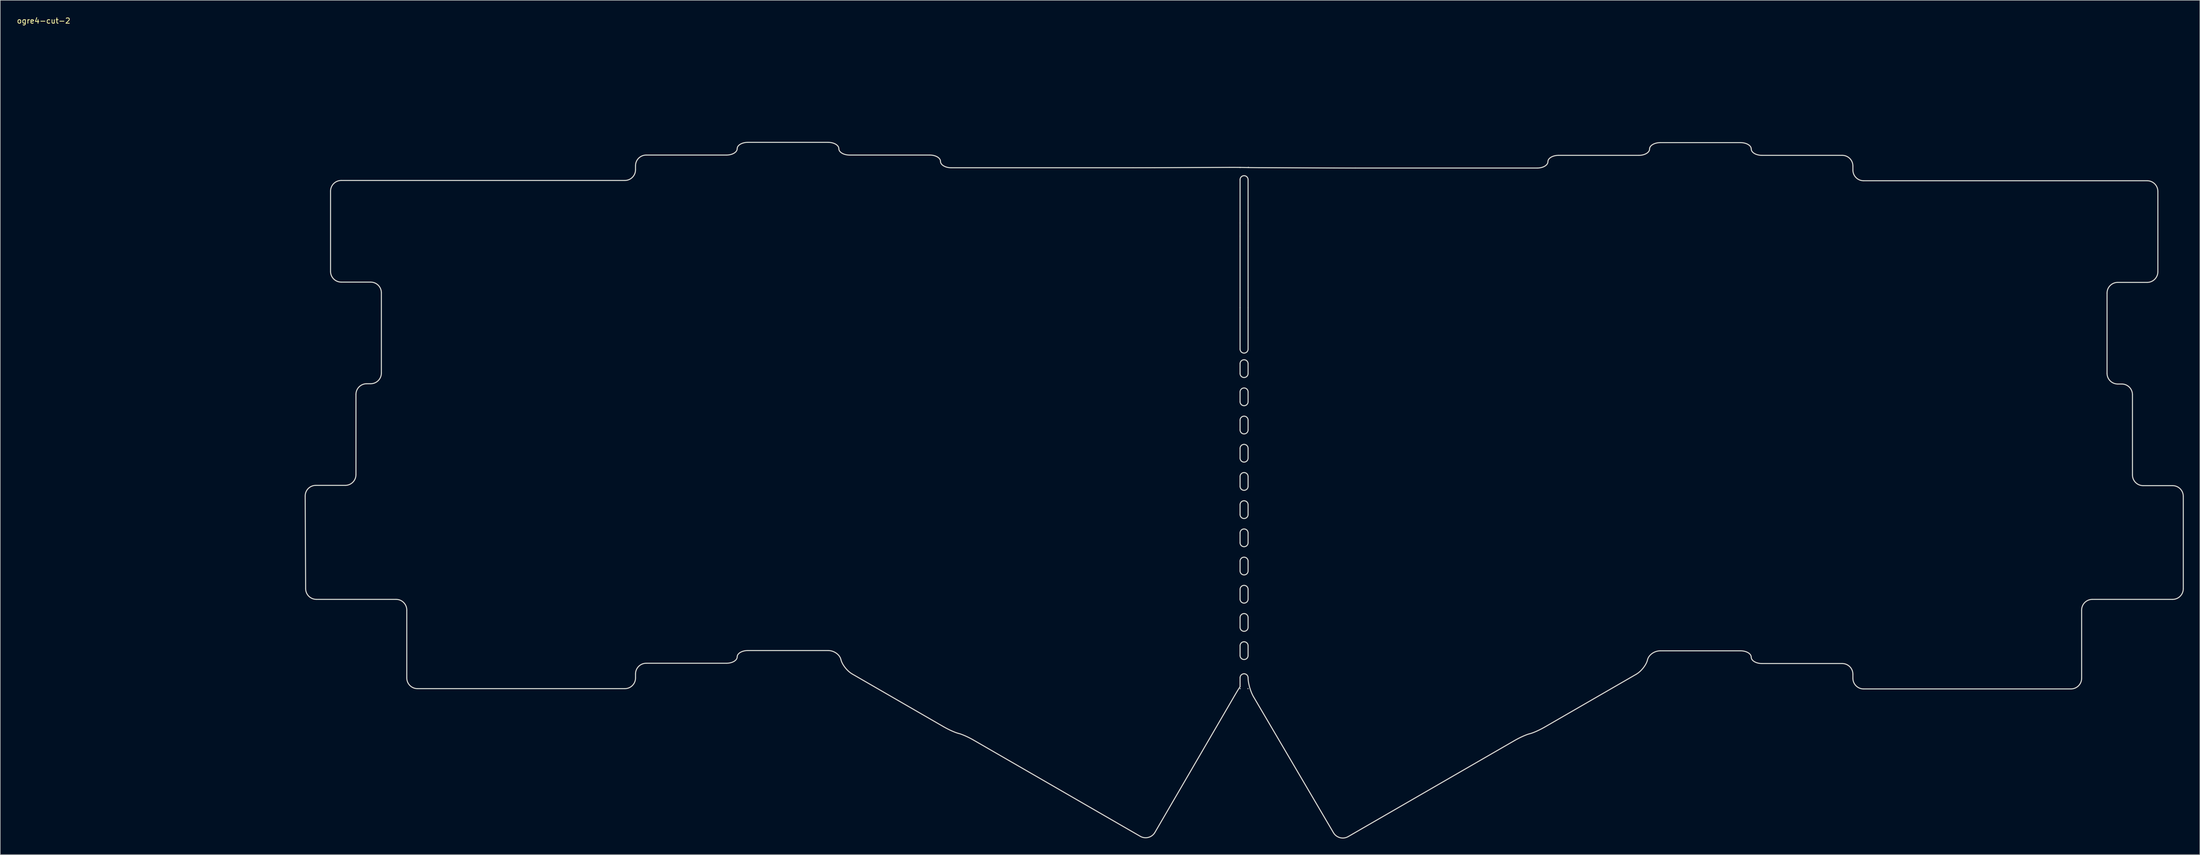
<source format=kicad_pcb>
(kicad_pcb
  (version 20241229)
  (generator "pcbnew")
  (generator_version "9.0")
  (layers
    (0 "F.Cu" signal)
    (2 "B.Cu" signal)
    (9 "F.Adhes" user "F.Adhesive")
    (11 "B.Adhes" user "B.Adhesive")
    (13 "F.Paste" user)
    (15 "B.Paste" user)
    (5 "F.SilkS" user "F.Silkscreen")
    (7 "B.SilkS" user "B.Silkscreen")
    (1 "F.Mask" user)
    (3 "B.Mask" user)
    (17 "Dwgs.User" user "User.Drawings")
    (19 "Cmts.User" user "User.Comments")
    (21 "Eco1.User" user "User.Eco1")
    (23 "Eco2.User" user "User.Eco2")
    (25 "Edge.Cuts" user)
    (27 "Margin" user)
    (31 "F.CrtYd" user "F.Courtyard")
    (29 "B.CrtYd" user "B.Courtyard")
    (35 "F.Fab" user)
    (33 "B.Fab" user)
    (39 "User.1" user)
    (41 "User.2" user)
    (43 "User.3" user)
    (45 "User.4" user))
  (footprint "ogre4-cut-2"
    (layer "F.Cu")
    (at 5.125 0.348)
    (property "Reference" "ogre4-cut-2" (at 0 0.5 0) (layer "F.SilkS") (effects (font (size 1 1) (thickness 0.15))))
    (attr through_hole)
    (fp_line (start 224.208 27.967) (end 224.208 27.967) (stroke (width 0.2) (type solid)) (layer "Edge.Cuts"))
    (fp_line (start 224.208 28.013) (end 224.208 28.013) (stroke (width 0.2) (type solid)) (layer "Edge.Cuts"))
    (fp_line (start 224.208 28.013) (end 224.208 28.013) (stroke (width 0.2) (type solid)) (layer "Edge.Cuts"))
    (fp_line (start 224.208 30.282) (end 224.208 30.282) (stroke (width 0.2) (type solid)) (layer "Edge.Cuts"))
    (fp_line (start 224.208 38.396) (end 224.208 30.282) (stroke (width 0.2) (type solid)) (layer "Edge.Cuts"))
    (fp_line (start 224.208 40.866) (end 224.208 40.866) (stroke (width 0.2) (type solid)) (layer "Edge.Cuts"))
    (fp_line (start 224.208 54.271) (end 224.208 38.396) (stroke (width 0.2) (type solid)) (layer "Edge.Cuts"))
    (fp_line (start 224.208 54.271) (end 224.208 54.271) (stroke (width 0.2) (type solid)) (layer "Edge.Cuts"))
    (fp_line (start 224.208 54.271) (end 224.208 54.271) (stroke (width 0.2) (type solid)) (layer "Edge.Cuts"))
    (fp_line (start 224.241 125.674) (end 224.241 125.674) (stroke (width 0.2) (type solid)) (layer "Edge.Cuts"))
    (fp_line (start 225.693 125.674) (end 225.693 125.674) (stroke (width 0.2) (type solid)) (layer "Edge.Cuts"))
    (fp_line (start 225.758 27.96) (end 225.758 27.96) (stroke (width 0.2) (type solid)) (layer "Edge.Cuts"))
    (fp_line (start 225.758 27.96) (end 225.758 27.96) (stroke (width 0.2) (type solid)) (layer "Edge.Cuts"))
    (fp_line (start 225.758 28.02) (end 225.758 28.02) (stroke (width 0.2) (type solid)) (layer "Edge.Cuts"))
    (fp_curve (pts (xy 49.014 89.576) (xy 49.014 89.576) (xy 49.101 106.945) (xy 49.101 106.945)) (stroke (width 0.2) (type solid)) (layer "Edge.Cuts"))
    (fp_curve (pts (xy 49.101 106.945) (xy 49.106 108.045) (xy 50.011 108.945) (xy 51.111 108.945)) (stroke (width 0.2) (type solid)) (layer "Edge.Cuts"))
    (fp_curve (pts (xy 51.004 87.576) (xy 49.904 87.576) (xy 49.009 88.476) (xy 49.014 89.576)) (stroke (width 0.2) (type solid)) (layer "Edge.Cuts"))
    (fp_curve (pts (xy 51.111 108.945) (xy 51.111 108.945) (xy 66.054 108.945) (xy 66.054 108.945)) (stroke (width 0.2) (type solid)) (layer "Edge.Cuts"))
    (fp_curve (pts (xy 53.767 32.426) (xy 53.767 32.426) (xy 53.767 47.478) (xy 53.767 47.478)) (stroke (width 0.2) (type solid)) (layer "Edge.Cuts"))
    (fp_curve (pts (xy 53.767 47.478) (xy 53.767 48.578) (xy 54.667 49.478) (xy 55.767 49.478)) (stroke (width 0.2) (type solid)) (layer "Edge.Cuts"))
    (fp_curve (pts (xy 55.767 30.426) (xy 54.667 30.426) (xy 53.767 31.326) (xy 53.767 32.426)) (stroke (width 0.2) (type solid)) (layer "Edge.Cuts"))
    (fp_curve (pts (xy 55.767 49.478) (xy 55.767 49.478) (xy 61.292 49.478) (xy 61.292 49.478)) (stroke (width 0.2) (type solid)) (layer "Edge.Cuts"))
    (fp_curve (pts (xy 56.529 87.576) (xy 56.529 87.576) (xy 51.004 87.576) (xy 51.004 87.576)) (stroke (width 0.2) (type solid)) (layer "Edge.Cuts"))
    (fp_curve (pts (xy 58.529 70.526) (xy 58.529 70.526) (xy 58.529 85.576) (xy 58.529 85.576)) (stroke (width 0.2) (type solid)) (layer "Edge.Cuts"))
    (fp_curve (pts (xy 58.529 85.576) (xy 58.529 86.676) (xy 57.629 87.576) (xy 56.529 87.576)) (stroke (width 0.2) (type solid)) (layer "Edge.Cuts"))
    (fp_curve (pts (xy 60.529 68.526) (xy 59.429 68.526) (xy 58.529 69.426) (xy 58.529 70.526)) (stroke (width 0.2) (type solid)) (layer "Edge.Cuts"))
    (fp_curve (pts (xy 61.292 49.478) (xy 62.392 49.478) (xy 63.292 50.378) (xy 63.292 51.478)) (stroke (width 0.2) (type solid)) (layer "Edge.Cuts"))
    (fp_curve (pts (xy 61.292 68.526) (xy 61.292 68.526) (xy 60.529 68.526) (xy 60.529 68.526)) (stroke (width 0.2) (type solid)) (layer "Edge.Cuts"))
    (fp_curve (pts (xy 63.292 51.478) (xy 63.292 51.478) (xy 63.292 66.526) (xy 63.292 66.526)) (stroke (width 0.2) (type solid)) (layer "Edge.Cuts"))
    (fp_curve (pts (xy 63.292 66.526) (xy 63.292 67.626) (xy 62.392 68.526) (xy 61.292 68.526)) (stroke (width 0.2) (type solid)) (layer "Edge.Cuts"))
    (fp_curve (pts (xy 66.054 108.945) (xy 67.154 108.945) (xy 68.054 109.845) (xy 68.054 110.945)) (stroke (width 0.2) (type solid)) (layer "Edge.Cuts"))
    (fp_curve (pts (xy 68.054 110.945) (xy 68.054 110.945) (xy 68.054 123.678) (xy 68.054 123.678)) (stroke (width 0.2) (type solid)) (layer "Edge.Cuts"))
    (fp_curve (pts (xy 68.054 123.678) (xy 68.054 124.778) (xy 68.954 125.678) (xy 70.054 125.678)) (stroke (width 0.2) (type solid)) (layer "Edge.Cuts"))
    (fp_curve (pts (xy 70.054 125.678) (xy 70.054 125.678) (xy 108.919 125.678) (xy 108.919 125.678)) (stroke (width 0.2) (type solid)) (layer "Edge.Cuts"))
    (fp_curve (pts (xy 108.917 30.426) (xy 108.917 30.426) (xy 55.767 30.426) (xy 55.767 30.426)) (stroke (width 0.2) (type solid)) (layer "Edge.Cuts"))
    (fp_curve (pts (xy 108.919 125.678) (xy 110.019 125.678) (xy 110.919 124.778) (xy 110.919 123.678)) (stroke (width 0.2) (type solid)) (layer "Edge.Cuts"))
    (fp_curve (pts (xy 110.917 27.664) (xy 110.917 27.664) (xy 110.917 28.426) (xy 110.917 28.426)) (stroke (width 0.2) (type solid)) (layer "Edge.Cuts"))
    (fp_curve (pts (xy 110.917 28.426) (xy 110.917 29.526) (xy 110.017 30.426) (xy 108.917 30.426)) (stroke (width 0.2) (type solid)) (layer "Edge.Cuts"))
    (fp_curve (pts (xy 110.919 122.916) (xy 110.919 121.816) (xy 111.819 120.916) (xy 112.919 120.916)) (stroke (width 0.2) (type solid)) (layer "Edge.Cuts"))
    (fp_curve (pts (xy 110.919 123.678) (xy 110.919 123.678) (xy 110.919 122.916) (xy 110.919 122.916)) (stroke (width 0.2) (type solid)) (layer "Edge.Cuts"))
    (fp_curve (pts (xy 112.917 25.664) (xy 111.817 25.664) (xy 110.917 26.564) (xy 110.917 27.664)) (stroke (width 0.2) (type solid)) (layer "Edge.Cuts"))
    (fp_curve (pts (xy 112.919 120.916) (xy 112.919 120.916) (xy 127.969 120.916) (xy 127.969 120.916)) (stroke (width 0.2) (type solid)) (layer "Edge.Cuts"))
    (fp_curve (pts (xy 127.967 25.664) (xy 127.967 25.664) (xy 112.917 25.664) (xy 112.917 25.664)) (stroke (width 0.2) (type solid)) (layer "Edge.Cuts"))
    (fp_curve (pts (xy 127.969 120.916) (xy 129.069 120.916) (xy 129.969 120.38) (xy 129.969 119.725)) (stroke (width 0.2) (type solid)) (layer "Edge.Cuts"))
    (fp_curve (pts (xy 129.967 24.473) (xy 129.967 25.128) (xy 129.067 25.664) (xy 127.967 25.664)) (stroke (width 0.2) (type solid)) (layer "Edge.Cuts"))
    (fp_curve (pts (xy 129.969 119.725) (xy 129.969 119.07) (xy 130.869 118.534) (xy 131.969 118.534)) (stroke (width 0.2) (type solid)) (layer "Edge.Cuts"))
    (fp_curve (pts (xy 131.967 23.282) (xy 130.867 23.282) (xy 129.967 23.818) (xy 129.967 24.473)) (stroke (width 0.2) (type solid)) (layer "Edge.Cuts"))
    (fp_curve (pts (xy 131.969 118.534) (xy 131.969 118.534) (xy 147.019 118.534) (xy 147.019 118.534)) (stroke (width 0.2) (type solid)) (layer "Edge.Cuts"))
    (fp_curve (pts (xy 147.019 23.282) (xy 147.019 23.282) (xy 131.967 23.282) (xy 131.967 23.282)) (stroke (width 0.2) (type solid)) (layer "Edge.Cuts"))
    (fp_curve (pts (xy 147.019 118.534) (xy 148.119 118.534) (xy 149.195 119.299) (xy 149.411 120.235)) (stroke (width 0.2) (type solid)) (layer "Edge.Cuts"))
    (fp_curve (pts (xy 149.019 24.473) (xy 149.019 23.818) (xy 148.119 23.282) (xy 147.019 23.282)) (stroke (width 0.2) (type solid)) (layer "Edge.Cuts"))
    (fp_curve (pts (xy 149.411 120.235) (xy 149.626 121.17) (xy 150.582 122.385) (xy 151.534 122.935)) (stroke (width 0.2) (type solid)) (layer "Edge.Cuts"))
    (fp_curve (pts (xy 151.019 25.664) (xy 149.919 25.664) (xy 149.019 25.128) (xy 149.019 24.473)) (stroke (width 0.2) (type solid)) (layer "Edge.Cuts"))
    (fp_curve (pts (xy 151.534 122.935) (xy 151.534 122.935) (xy 168.694 132.842) (xy 168.694 132.842)) (stroke (width 0.2) (type solid)) (layer "Edge.Cuts"))
    (fp_curve (pts (xy 166.069 25.664) (xy 166.069 25.664) (xy 151.019 25.664) (xy 151.019 25.664)) (stroke (width 0.2) (type solid)) (layer "Edge.Cuts"))
    (fp_curve (pts (xy 168.069 26.855) (xy 168.069 26.2) (xy 167.169 25.664) (xy 166.069 25.664)) (stroke (width 0.2) (type solid)) (layer "Edge.Cuts"))
    (fp_curve (pts (xy 168.694 132.842) (xy 169.647 133.392) (xy 170.895 133.947) (xy 171.468 134.075)) (stroke (width 0.2) (type solid)) (layer "Edge.Cuts"))
    (fp_curve (pts (xy 170.069 28.045) (xy 168.969 28.045) (xy 168.069 27.509) (xy 168.069 26.855)) (stroke (width 0.2) (type solid)) (layer "Edge.Cuts"))
    (fp_curve (pts (xy 171.468 134.075) (xy 172.041 134.203) (xy 173.29 134.758) (xy 174.242 135.308)) (stroke (width 0.2) (type solid)) (layer "Edge.Cuts"))
    (fp_curve (pts (xy 174.242 135.308) (xy 174.242 135.308) (xy 205.507 153.359) (xy 205.507 153.359)) (stroke (width 0.2) (type solid)) (layer "Edge.Cuts"))
    (fp_curve (pts (xy 204.169 28.045) (xy 204.169 28.045) (xy 170.069 28.045) (xy 170.069 28.045)) (stroke (width 0.2) (type solid)) (layer "Edge.Cuts"))
    (fp_curve (pts (xy 205.507 153.359) (xy 206.46 153.909) (xy 207.692 153.581) (xy 208.246 152.631)) (stroke (width 0.2) (type solid)) (layer "Edge.Cuts"))
    (fp_curve (pts (xy 208.169 28.037) (xy 207.069 28.041) (xy 205.269 28.045) (xy 204.169 28.045)) (stroke (width 0.2) (type solid)) (layer "Edge.Cuts"))
    (fp_curve (pts (xy 208.246 152.631) (xy 208.246 152.631) (xy 223.201 126.954) (xy 223.201 126.954)) (stroke (width 0.2) (type solid)) (layer "Edge.Cuts"))
    (fp_curve (pts (xy 222.208 27.976) (xy 222.208 27.976) (xy 208.169 28.037) (xy 208.169 28.037)) (stroke (width 0.2) (type solid)) (layer "Edge.Cuts"))
    (fp_curve (pts (xy 223.201 126.954) (xy 223.755 126.003) (xy 224.208 125.279) (xy 224.208 125.344)) (stroke (width 0.2) (type solid)) (layer "Edge.Cuts"))
    (fp_curve (pts (xy 224.208 54.271) (xy 224.208 54.271) (xy 224.208 62.032) (xy 224.208 62.032)) (stroke (width 0.2) (type solid)) (layer "Edge.Cuts"))
    (fp_curve (pts (xy 224.208 62.032) (xy 224.208 62.447) (xy 224.543 62.782) (xy 224.958 62.782)) (stroke (width 0.2) (type solid)) (layer "Edge.Cuts"))
    (fp_curve (pts (xy 224.208 64.784) (xy 224.208 64.37) (xy 224.543 64.034) (xy 224.958 64.034)) (stroke (width 0.2) (type solid)) (layer "Edge.Cuts"))
    (fp_curve (pts (xy 224.208 66.608) (xy 224.208 66.608) (xy 224.208 64.784) (xy 224.208 64.784)) (stroke (width 0.2) (type solid)) (layer "Edge.Cuts"))
    (fp_curve (pts (xy 224.208 70.07) (xy 224.208 69.656) (xy 224.543 69.32) (xy 224.958 69.32)) (stroke (width 0.2) (type solid)) (layer "Edge.Cuts"))
    (fp_curve (pts (xy 224.208 71.894) (xy 224.208 71.894) (xy 224.208 70.07) (xy 224.208 70.07)) (stroke (width 0.2) (type solid)) (layer "Edge.Cuts"))
    (fp_curve (pts (xy 224.208 75.356) (xy 224.208 74.941) (xy 224.543 74.606) (xy 224.958 74.606)) (stroke (width 0.2) (type solid)) (layer "Edge.Cuts"))
    (fp_curve (pts (xy 224.208 77.18) (xy 224.208 77.18) (xy 224.208 75.356) (xy 224.208 75.356)) (stroke (width 0.2) (type solid)) (layer "Edge.Cuts"))
    (fp_curve (pts (xy 224.208 80.641) (xy 224.208 80.227) (xy 224.543 79.891) (xy 224.958 79.891)) (stroke (width 0.2) (type solid)) (layer "Edge.Cuts"))
    (fp_curve (pts (xy 224.208 82.465) (xy 224.208 82.465) (xy 224.208 80.641) (xy 224.208 80.641)) (stroke (width 0.2) (type solid)) (layer "Edge.Cuts"))
    (fp_curve (pts (xy 224.208 85.927) (xy 224.208 85.513) (xy 224.543 85.177) (xy 224.958 85.177)) (stroke (width 0.2) (type solid)) (layer "Edge.Cuts"))
    (fp_curve (pts (xy 224.208 87.751) (xy 224.208 87.751) (xy 224.208 85.927) (xy 224.208 85.927)) (stroke (width 0.2) (type solid)) (layer "Edge.Cuts"))
    (fp_curve (pts (xy 224.208 91.213) (xy 224.208 90.799) (xy 224.543 90.463) (xy 224.958 90.463)) (stroke (width 0.2) (type solid)) (layer "Edge.Cuts"))
    (fp_curve (pts (xy 224.208 93.037) (xy 224.208 93.037) (xy 224.208 91.213) (xy 224.208 91.213)) (stroke (width 0.2) (type solid)) (layer "Edge.Cuts"))
    (fp_curve (pts (xy 224.208 96.499) (xy 224.208 96.084) (xy 224.543 95.749) (xy 224.958 95.749)) (stroke (width 0.2) (type solid)) (layer "Edge.Cuts"))
    (fp_curve (pts (xy 224.208 98.323) (xy 224.208 98.323) (xy 224.208 96.499) (xy 224.208 96.499)) (stroke (width 0.2) (type solid)) (layer "Edge.Cuts"))
    (fp_curve (pts (xy 224.208 101.784) (xy 224.208 101.37) (xy 224.543 101.034) (xy 224.958 101.034)) (stroke (width 0.2) (type solid)) (layer "Edge.Cuts"))
    (fp_curve (pts (xy 224.208 103.608) (xy 224.208 103.608) (xy 224.208 101.784) (xy 224.208 101.784)) (stroke (width 0.2) (type solid)) (layer "Edge.Cuts"))
    (fp_curve (pts (xy 224.208 107.07) (xy 224.208 106.656) (xy 224.543 106.32) (xy 224.958 106.32)) (stroke (width 0.2) (type solid)) (layer "Edge.Cuts"))
    (fp_curve (pts (xy 224.208 108.894) (xy 224.208 108.894) (xy 224.208 107.07) (xy 224.208 107.07)) (stroke (width 0.2) (type solid)) (layer "Edge.Cuts"))
    (fp_curve (pts (xy 224.208 112.356) (xy 224.208 111.942) (xy 224.543 111.606) (xy 224.958 111.606)) (stroke (width 0.2) (type solid)) (layer "Edge.Cuts"))
    (fp_curve (pts (xy 224.208 114.18) (xy 224.208 114.18) (xy 224.208 112.356) (xy 224.208 112.356)) (stroke (width 0.2) (type solid)) (layer "Edge.Cuts"))
    (fp_curve (pts (xy 224.208 117.642) (xy 224.208 117.228) (xy 224.543 116.892) (xy 224.958 116.892)) (stroke (width 0.2) (type solid)) (layer "Edge.Cuts"))
    (fp_curve (pts (xy 224.208 119.466) (xy 224.208 119.466) (xy 224.208 117.642) (xy 224.208 117.642)) (stroke (width 0.2) (type solid)) (layer "Edge.Cuts"))
    (fp_curve (pts (xy 224.208 123.639) (xy 224.208 123.639) (xy 224.208 123.639) (xy 224.208 123.639)) (stroke (width 0.2) (type solid)) (layer "Edge.Cuts"))
    (fp_curve (pts (xy 224.208 123.639) (xy 224.208 123.225) (xy 224.543 122.889) (xy 224.958 122.889)) (stroke (width 0.2) (type solid)) (layer "Edge.Cuts"))
    (fp_curve (pts (xy 224.208 125.344) (xy 224.208 125.409) (xy 224.208 124.642) (xy 224.208 123.639)) (stroke (width 0.2) (type solid)) (layer "Edge.Cuts"))
    (fp_curve (pts (xy 224.958 29.532) (xy 224.543 29.532) (xy 224.208 29.868) (xy 224.208 30.282)) (stroke (width 0.2) (type solid)) (layer "Edge.Cuts"))
    (fp_curve (pts (xy 224.958 62.782) (xy 225.372 62.782) (xy 225.708 62.447) (xy 225.708 62.032)) (stroke (width 0.2) (type solid)) (layer "Edge.Cuts"))
    (fp_curve (pts (xy 224.958 64.034) (xy 225.372 64.034) (xy 225.708 64.37) (xy 225.708 64.784)) (stroke (width 0.2) (type solid)) (layer "Edge.Cuts"))
    (fp_curve (pts (xy 224.958 67.358) (xy 224.543 67.358) (xy 224.208 67.022) (xy 224.208 66.608)) (stroke (width 0.2) (type solid)) (layer "Edge.Cuts"))
    (fp_curve (pts (xy 224.958 69.32) (xy 225.372 69.32) (xy 225.708 69.656) (xy 225.708 70.07)) (stroke (width 0.2) (type solid)) (layer "Edge.Cuts"))
    (fp_curve (pts (xy 224.958 72.644) (xy 224.543 72.644) (xy 224.208 72.308) (xy 224.208 71.894)) (stroke (width 0.2) (type solid)) (layer "Edge.Cuts"))
    (fp_curve (pts (xy 224.958 74.606) (xy 225.372 74.606) (xy 225.708 74.941) (xy 225.708 75.356)) (stroke (width 0.2) (type solid)) (layer "Edge.Cuts"))
    (fp_curve (pts (xy 224.958 77.93) (xy 224.543 77.93) (xy 224.208 77.594) (xy 224.208 77.18)) (stroke (width 0.2) (type solid)) (layer "Edge.Cuts"))
    (fp_curve (pts (xy 224.958 79.891) (xy 225.372 79.891) (xy 225.708 80.227) (xy 225.708 80.641)) (stroke (width 0.2) (type solid)) (layer "Edge.Cuts"))
    (fp_curve (pts (xy 224.958 83.215) (xy 224.543 83.215) (xy 224.208 82.88) (xy 224.208 82.465)) (stroke (width 0.2) (type solid)) (layer "Edge.Cuts"))
    (fp_curve (pts (xy 224.958 85.177) (xy 225.372 85.177) (xy 225.708 85.513) (xy 225.708 85.927)) (stroke (width 0.2) (type solid)) (layer "Edge.Cuts"))
    (fp_curve (pts (xy 224.958 88.501) (xy 224.543 88.501) (xy 224.208 88.165) (xy 224.208 87.751)) (stroke (width 0.2) (type solid)) (layer "Edge.Cuts"))
    (fp_curve (pts (xy 224.958 90.463) (xy 225.372 90.463) (xy 225.708 90.799) (xy 225.708 91.213)) (stroke (width 0.2) (type solid)) (layer "Edge.Cuts"))
    (fp_curve (pts (xy 224.958 93.787) (xy 224.543 93.787) (xy 224.208 93.451) (xy 224.208 93.037)) (stroke (width 0.2) (type solid)) (layer "Edge.Cuts"))
    (fp_curve (pts (xy 224.958 95.749) (xy 225.372 95.749) (xy 225.708 96.084) (xy 225.708 96.499)) (stroke (width 0.2) (type solid)) (layer "Edge.Cuts"))
    (fp_curve (pts (xy 224.958 99.073) (xy 224.543 99.073) (xy 224.208 98.737) (xy 224.208 98.323)) (stroke (width 0.2) (type solid)) (layer "Edge.Cuts"))
    (fp_curve (pts (xy 224.958 101.034) (xy 225.372 101.034) (xy 225.708 101.37) (xy 225.708 101.784)) (stroke (width 0.2) (type solid)) (layer "Edge.Cuts"))
    (fp_curve (pts (xy 224.958 104.358) (xy 224.543 104.358) (xy 224.208 104.023) (xy 224.208 103.608)) (stroke (width 0.2) (type solid)) (layer "Edge.Cuts"))
    (fp_curve (pts (xy 224.958 106.32) (xy 225.372 106.32) (xy 225.708 106.656) (xy 225.708 107.07)) (stroke (width 0.2) (type solid)) (layer "Edge.Cuts"))
    (fp_curve (pts (xy 224.958 109.644) (xy 224.543 109.644) (xy 224.208 109.308) (xy 224.208 108.894)) (stroke (width 0.2) (type solid)) (layer "Edge.Cuts"))
    (fp_curve (pts (xy 224.958 111.606) (xy 225.372 111.606) (xy 225.708 111.942) (xy 225.708 112.356)) (stroke (width 0.2) (type solid)) (layer "Edge.Cuts"))
    (fp_curve (pts (xy 224.958 114.93) (xy 224.543 114.93) (xy 224.208 114.594) (xy 224.208 114.18)) (stroke (width 0.2) (type solid)) (layer "Edge.Cuts"))
    (fp_curve (pts (xy 224.958 116.892) (xy 225.372 116.892) (xy 225.708 117.228) (xy 225.708 117.642)) (stroke (width 0.2) (type solid)) (layer "Edge.Cuts"))
    (fp_curve (pts (xy 224.958 120.216) (xy 224.543 120.216) (xy 224.208 119.88) (xy 224.208 119.466)) (stroke (width 0.2) (type solid)) (layer "Edge.Cuts"))
    (fp_curve (pts (xy 224.958 122.889) (xy 225.372 122.889) (xy 225.708 123.225) (xy 225.708 123.639)) (stroke (width 0.2) (type solid)) (layer "Edge.Cuts"))
    (fp_curve (pts (xy 224.983 27.993) (xy 224.556 27.979) (xy 223.308 27.971) (xy 222.208 27.976)) (stroke (width 0.2) (type solid)) (layer "Edge.Cuts"))
    (fp_curve (pts (xy 225.708 30.282) (xy 225.708 29.868) (xy 225.372 29.532) (xy 224.958 29.532)) (stroke (width 0.2) (type solid)) (layer "Edge.Cuts"))
    (fp_curve (pts (xy 225.708 38.396) (xy 225.708 38.396) (xy 225.708 30.282) (xy 225.708 30.282)) (stroke (width 0.2) (type solid)) (layer "Edge.Cuts"))
    (fp_curve (pts (xy 225.708 54.271) (xy 225.708 54.271) (xy 225.708 38.396) (xy 225.708 38.396)) (stroke (width 0.2) (type solid)) (layer "Edge.Cuts"))
    (fp_curve (pts (xy 225.708 62.032) (xy 225.708 62.032) (xy 225.708 54.271) (xy 225.708 54.271)) (stroke (width 0.2) (type solid)) (layer "Edge.Cuts"))
    (fp_curve (pts (xy 225.708 64.784) (xy 225.708 64.784) (xy 225.708 66.608) (xy 225.708 66.608)) (stroke (width 0.2) (type solid)) (layer "Edge.Cuts"))
    (fp_curve (pts (xy 225.708 66.608) (xy 225.708 67.022) (xy 225.372 67.358) (xy 224.958 67.358)) (stroke (width 0.2) (type solid)) (layer "Edge.Cuts"))
    (fp_curve (pts (xy 225.708 70.07) (xy 225.708 70.07) (xy 225.708 71.894) (xy 225.708 71.894)) (stroke (width 0.2) (type solid)) (layer "Edge.Cuts"))
    (fp_curve (pts (xy 225.708 71.894) (xy 225.708 72.308) (xy 225.372 72.644) (xy 224.958 72.644)) (stroke (width 0.2) (type solid)) (layer "Edge.Cuts"))
    (fp_curve (pts (xy 225.708 75.356) (xy 225.708 75.356) (xy 225.708 77.18) (xy 225.708 77.18)) (stroke (width 0.2) (type solid)) (layer "Edge.Cuts"))
    (fp_curve (pts (xy 225.708 77.18) (xy 225.708 77.594) (xy 225.372 77.93) (xy 224.958 77.93)) (stroke (width 0.2) (type solid)) (layer "Edge.Cuts"))
    (fp_curve (pts (xy 225.708 80.641) (xy 225.708 80.641) (xy 225.708 82.465) (xy 225.708 82.465)) (stroke (width 0.2) (type solid)) (layer "Edge.Cuts"))
    (fp_curve (pts (xy 225.708 82.465) (xy 225.708 82.88) (xy 225.372 83.215) (xy 224.958 83.215)) (stroke (width 0.2) (type solid)) (layer "Edge.Cuts"))
    (fp_curve (pts (xy 225.708 85.927) (xy 225.708 85.927) (xy 225.708 87.751) (xy 225.708 87.751)) (stroke (width 0.2) (type solid)) (layer "Edge.Cuts"))
    (fp_curve (pts (xy 225.708 87.751) (xy 225.708 88.165) (xy 225.372 88.501) (xy 224.958 88.501)) (stroke (width 0.2) (type solid)) (layer "Edge.Cuts"))
    (fp_curve (pts (xy 225.708 91.213) (xy 225.708 91.213) (xy 225.708 93.037) (xy 225.708 93.037)) (stroke (width 0.2) (type solid)) (layer "Edge.Cuts"))
    (fp_curve (pts (xy 225.708 93.037) (xy 225.708 93.451) (xy 225.372 93.787) (xy 224.958 93.787)) (stroke (width 0.2) (type solid)) (layer "Edge.Cuts"))
    (fp_curve (pts (xy 225.708 96.499) (xy 225.708 96.499) (xy 225.708 98.323) (xy 225.708 98.323)) (stroke (width 0.2) (type solid)) (layer "Edge.Cuts"))
    (fp_curve (pts (xy 225.708 98.323) (xy 225.708 98.737) (xy 225.372 99.073) (xy 224.958 99.073)) (stroke (width 0.2) (type solid)) (layer "Edge.Cuts"))
    (fp_curve (pts (xy 225.708 101.784) (xy 225.708 101.784) (xy 225.708 103.608) (xy 225.708 103.608)) (stroke (width 0.2) (type solid)) (layer "Edge.Cuts"))
    (fp_curve (pts (xy 225.708 103.608) (xy 225.708 104.023) (xy 225.372 104.358) (xy 224.958 104.358)) (stroke (width 0.2) (type solid)) (layer "Edge.Cuts"))
    (fp_curve (pts (xy 225.708 107.07) (xy 225.708 107.07) (xy 225.708 108.894) (xy 225.708 108.894)) (stroke (width 0.2) (type solid)) (layer "Edge.Cuts"))
    (fp_curve (pts (xy 225.708 108.894) (xy 225.708 109.308) (xy 225.372 109.644) (xy 224.958 109.644)) (stroke (width 0.2) (type solid)) (layer "Edge.Cuts"))
    (fp_curve (pts (xy 225.708 112.356) (xy 225.708 112.356) (xy 225.708 114.18) (xy 225.708 114.18)) (stroke (width 0.2) (type solid)) (layer "Edge.Cuts"))
    (fp_curve (pts (xy 225.708 114.18) (xy 225.708 114.594) (xy 225.372 114.93) (xy 224.958 114.93)) (stroke (width 0.2) (type solid)) (layer "Edge.Cuts"))
    (fp_curve (pts (xy 225.708 117.642) (xy 225.708 117.642) (xy 225.708 119.466) (xy 225.708 119.466)) (stroke (width 0.2) (type solid)) (layer "Edge.Cuts"))
    (fp_curve (pts (xy 225.708 119.466) (xy 225.708 119.88) (xy 225.372 120.216) (xy 224.958 120.216)) (stroke (width 0.2) (type solid)) (layer "Edge.Cuts"))
    (fp_curve (pts (xy 225.708 123.639) (xy 225.708 123.639) (xy 225.708 123.639) (xy 225.708 123.639)) (stroke (width 0.2) (type solid)) (layer "Edge.Cuts"))
    (fp_curve (pts (xy 225.708 123.639) (xy 225.708 124.642) (xy 226.164 126.239) (xy 226.721 127.187)) (stroke (width 0.2) (type solid)) (layer "Edge.Cuts"))
    (fp_curve (pts (xy 226.721 127.187) (xy 226.721 127.187) (xy 241.713 152.688) (xy 241.713 152.688)) (stroke (width 0.2) (type solid)) (layer "Edge.Cuts"))
    (fp_curve (pts (xy 227.758 28.029) (xy 226.658 28.024) (xy 225.409 28.008) (xy 224.983 27.993)) (stroke (width 0.2) (type solid)) (layer "Edge.Cuts"))
    (fp_curve (pts (xy 241.713 152.688) (xy 242.27 153.636) (xy 243.506 153.962) (xy 244.458 153.412)) (stroke (width 0.2) (type solid)) (layer "Edge.Cuts"))
    (fp_curve (pts (xy 241.796 28.089) (xy 241.796 28.089) (xy 227.758 28.029) (xy 227.758 28.029)) (stroke (width 0.2) (type solid)) (layer "Edge.Cuts"))
    (fp_curve (pts (xy 244.458 153.412) (xy 244.458 153.412) (xy 275.723 135.361) (xy 275.723 135.361)) (stroke (width 0.2) (type solid)) (layer "Edge.Cuts"))
    (fp_curve (pts (xy 245.796 28.098) (xy 244.696 28.098) (xy 242.896 28.094) (xy 241.796 28.089)) (stroke (width 0.2) (type solid)) (layer "Edge.Cuts"))
    (fp_curve (pts (xy 275.723 135.361) (xy 276.676 134.811) (xy 277.924 134.256) (xy 278.497 134.128)) (stroke (width 0.2) (type solid)) (layer "Edge.Cuts"))
    (fp_curve (pts (xy 278.497 134.128) (xy 279.071 134) (xy 280.319 133.445) (xy 281.271 132.895)) (stroke (width 0.2) (type solid)) (layer "Edge.Cuts"))
    (fp_curve (pts (xy 279.896 28.098) (xy 279.896 28.098) (xy 245.796 28.098) (xy 245.796 28.098)) (stroke (width 0.2) (type solid)) (layer "Edge.Cuts"))
    (fp_curve (pts (xy 281.271 132.895) (xy 281.271 132.895) (xy 298.431 122.988) (xy 298.431 122.988)) (stroke (width 0.2) (type solid)) (layer "Edge.Cuts"))
    (fp_curve (pts (xy 281.896 26.908) (xy 281.896 27.562) (xy 280.996 28.098) (xy 279.896 28.098)) (stroke (width 0.2) (type solid)) (layer "Edge.Cuts"))
    (fp_curve (pts (xy 283.896 25.717) (xy 282.796 25.717) (xy 281.896 26.253) (xy 281.896 26.908)) (stroke (width 0.2) (type solid)) (layer "Edge.Cuts"))
    (fp_curve (pts (xy 298.431 122.988) (xy 299.384 122.438) (xy 300.34 121.223) (xy 300.555 120.288)) (stroke (width 0.2) (type solid)) (layer "Edge.Cuts"))
    (fp_curve (pts (xy 298.946 25.717) (xy 298.946 25.717) (xy 283.896 25.717) (xy 283.896 25.717)) (stroke (width 0.2) (type solid)) (layer "Edge.Cuts"))
    (fp_curve (pts (xy 300.555 120.288) (xy 300.77 119.352) (xy 301.846 118.587) (xy 302.946 118.587)) (stroke (width 0.2) (type solid)) (layer "Edge.Cuts"))
    (fp_curve (pts (xy 300.946 24.526) (xy 300.946 25.181) (xy 300.046 25.717) (xy 298.946 25.717)) (stroke (width 0.2) (type solid)) (layer "Edge.Cuts"))
    (fp_curve (pts (xy 302.946 23.335) (xy 301.846 23.335) (xy 300.946 23.871) (xy 300.946 24.526)) (stroke (width 0.2) (type solid)) (layer "Edge.Cuts"))
    (fp_curve (pts (xy 302.946 118.587) (xy 302.946 118.587) (xy 317.996 118.587) (xy 317.996 118.587)) (stroke (width 0.2) (type solid)) (layer "Edge.Cuts"))
    (fp_curve (pts (xy 317.996 118.587) (xy 319.096 118.587) (xy 319.996 119.123) (xy 319.996 119.778)) (stroke (width 0.2) (type solid)) (layer "Edge.Cuts"))
    (fp_curve (pts (xy 317.998 23.335) (xy 317.998 23.335) (xy 302.946 23.335) (xy 302.946 23.335)) (stroke (width 0.2) (type solid)) (layer "Edge.Cuts"))
    (fp_curve (pts (xy 319.996 119.778) (xy 319.996 120.433) (xy 320.896 120.969) (xy 321.996 120.969)) (stroke (width 0.2) (type solid)) (layer "Edge.Cuts"))
    (fp_curve (pts (xy 319.998 24.526) (xy 319.998 23.871) (xy 319.098 23.335) (xy 317.998 23.335)) (stroke (width 0.2) (type solid)) (layer "Edge.Cuts"))
    (fp_curve (pts (xy 321.996 120.969) (xy 321.996 120.969) (xy 337.046 120.969) (xy 337.046 120.969)) (stroke (width 0.2) (type solid)) (layer "Edge.Cuts"))
    (fp_curve (pts (xy 321.998 25.717) (xy 320.898 25.717) (xy 319.998 25.181) (xy 319.998 24.526)) (stroke (width 0.2) (type solid)) (layer "Edge.Cuts"))
    (fp_curve (pts (xy 337.046 120.969) (xy 338.146 120.969) (xy 339.046 121.869) (xy 339.046 122.969)) (stroke (width 0.2) (type solid)) (layer "Edge.Cuts"))
    (fp_curve (pts (xy 337.048 25.717) (xy 337.048 25.717) (xy 321.998 25.717) (xy 321.998 25.717)) (stroke (width 0.2) (type solid)) (layer "Edge.Cuts"))
    (fp_curve (pts (xy 339.046 122.969) (xy 339.046 122.969) (xy 339.046 123.731) (xy 339.046 123.731)) (stroke (width 0.2) (type solid)) (layer "Edge.Cuts"))
    (fp_curve (pts (xy 339.046 123.731) (xy 339.046 124.831) (xy 339.946 125.731) (xy 341.046 125.731)) (stroke (width 0.2) (type solid)) (layer "Edge.Cuts"))
    (fp_curve (pts (xy 339.048 27.717) (xy 339.048 26.617) (xy 338.148 25.717) (xy 337.048 25.717)) (stroke (width 0.2) (type solid)) (layer "Edge.Cuts"))
    (fp_curve (pts (xy 339.048 28.479) (xy 339.048 28.479) (xy 339.048 27.717) (xy 339.048 27.717)) (stroke (width 0.2) (type solid)) (layer "Edge.Cuts"))
    (fp_curve (pts (xy 341.046 125.731) (xy 341.046 125.731) (xy 379.911 125.731) (xy 379.911 125.731)) (stroke (width 0.2) (type solid)) (layer "Edge.Cuts"))
    (fp_curve (pts (xy 341.048 30.479) (xy 339.948 30.479) (xy 339.048 29.579) (xy 339.048 28.479)) (stroke (width 0.2) (type solid)) (layer "Edge.Cuts"))
    (fp_curve (pts (xy 379.911 125.731) (xy 381.011 125.731) (xy 381.911 124.831) (xy 381.911 123.731)) (stroke (width 0.2) (type solid)) (layer "Edge.Cuts"))
    (fp_curve (pts (xy 381.911 110.945) (xy 381.911 109.845) (xy 382.811 108.945) (xy 383.911 108.945)) (stroke (width 0.2) (type solid)) (layer "Edge.Cuts"))
    (fp_curve (pts (xy 381.911 123.731) (xy 381.911 123.731) (xy 381.911 110.945) (xy 381.911 110.945)) (stroke (width 0.2) (type solid)) (layer "Edge.Cuts"))
    (fp_curve (pts (xy 383.911 108.945) (xy 383.911 108.945) (xy 398.961 108.945) (xy 398.961 108.945)) (stroke (width 0.2) (type solid)) (layer "Edge.Cuts"))
    (fp_curve (pts (xy 386.673 51.531) (xy 386.673 50.431) (xy 387.573 49.531) (xy 388.673 49.531)) (stroke (width 0.2) (type solid)) (layer "Edge.Cuts"))
    (fp_curve (pts (xy 386.673 66.579) (xy 386.673 66.579) (xy 386.673 51.531) (xy 386.673 51.531)) (stroke (width 0.2) (type solid)) (layer "Edge.Cuts"))
    (fp_curve (pts (xy 388.673 49.531) (xy 388.673 49.531) (xy 394.198 49.531) (xy 394.198 49.531)) (stroke (width 0.2) (type solid)) (layer "Edge.Cuts"))
    (fp_curve (pts (xy 388.673 68.579) (xy 387.573 68.579) (xy 386.673 67.679) (xy 386.673 66.579)) (stroke (width 0.2) (type solid)) (layer "Edge.Cuts"))
    (fp_curve (pts (xy 389.436 68.579) (xy 389.436 68.579) (xy 388.673 68.579) (xy 388.673 68.579)) (stroke (width 0.2) (type solid)) (layer "Edge.Cuts"))
    (fp_curve (pts (xy 391.436 70.579) (xy 391.436 69.479) (xy 390.536 68.579) (xy 389.436 68.579)) (stroke (width 0.2) (type solid)) (layer "Edge.Cuts"))
    (fp_curve (pts (xy 391.436 85.629) (xy 391.436 85.629) (xy 391.436 70.579) (xy 391.436 70.579)) (stroke (width 0.2) (type solid)) (layer "Edge.Cuts"))
    (fp_curve (pts (xy 393.436 87.629) (xy 392.336 87.629) (xy 391.436 86.729) (xy 391.436 85.629)) (stroke (width 0.2) (type solid)) (layer "Edge.Cuts"))
    (fp_curve (pts (xy 394.198 30.479) (xy 394.198 30.479) (xy 341.048 30.479) (xy 341.048 30.479)) (stroke (width 0.2) (type solid)) (layer "Edge.Cuts"))
    (fp_curve (pts (xy 394.198 49.531) (xy 395.298 49.531) (xy 396.198 48.631) (xy 396.198 47.531)) (stroke (width 0.2) (type solid)) (layer "Edge.Cuts"))
    (fp_curve (pts (xy 396.198 32.479) (xy 396.198 31.379) (xy 395.298 30.479) (xy 394.198 30.479)) (stroke (width 0.2) (type solid)) (layer "Edge.Cuts"))
    (fp_curve (pts (xy 396.198 47.531) (xy 396.198 47.531) (xy 396.198 32.479) (xy 396.198 32.479)) (stroke (width 0.2) (type solid)) (layer "Edge.Cuts"))
    (fp_curve (pts (xy 398.961 87.629) (xy 398.961 87.629) (xy 393.436 87.629) (xy 393.436 87.629)) (stroke (width 0.2) (type solid)) (layer "Edge.Cuts"))
    (fp_curve (pts (xy 398.961 108.945) (xy 400.061 108.945) (xy 400.961 108.045) (xy 400.961 106.945)) (stroke (width 0.2) (type solid)) (layer "Edge.Cuts"))
    (fp_curve (pts (xy 400.961 89.629) (xy 400.961 88.529) (xy 400.061 87.629) (xy 398.961 87.629)) (stroke (width 0.2) (type solid)) (layer "Edge.Cuts"))
    (fp_curve (pts (xy 400.961 106.945) (xy 400.961 106.945) (xy 400.961 89.629) (xy 400.961 89.629)) (stroke (width 0.2) (type solid)) (layer "Edge.Cuts")))
  (gr_rect
    (start -3 -3)
    (end 409.186 157.128)
    (stroke (width 0.1) (type default))
    (fill no)
    (layer "Edge.Cuts")))
</source>
